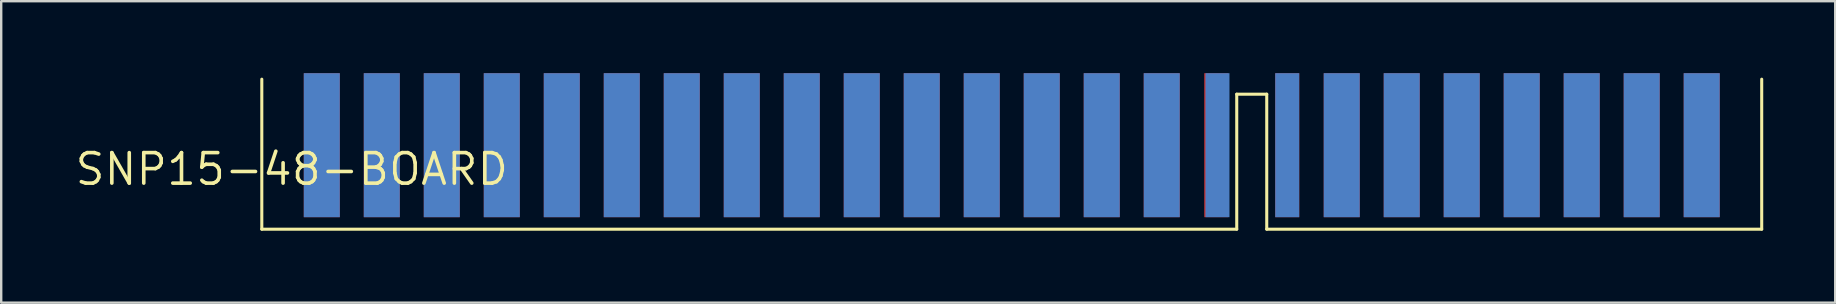
<source format=kicad_pcb>
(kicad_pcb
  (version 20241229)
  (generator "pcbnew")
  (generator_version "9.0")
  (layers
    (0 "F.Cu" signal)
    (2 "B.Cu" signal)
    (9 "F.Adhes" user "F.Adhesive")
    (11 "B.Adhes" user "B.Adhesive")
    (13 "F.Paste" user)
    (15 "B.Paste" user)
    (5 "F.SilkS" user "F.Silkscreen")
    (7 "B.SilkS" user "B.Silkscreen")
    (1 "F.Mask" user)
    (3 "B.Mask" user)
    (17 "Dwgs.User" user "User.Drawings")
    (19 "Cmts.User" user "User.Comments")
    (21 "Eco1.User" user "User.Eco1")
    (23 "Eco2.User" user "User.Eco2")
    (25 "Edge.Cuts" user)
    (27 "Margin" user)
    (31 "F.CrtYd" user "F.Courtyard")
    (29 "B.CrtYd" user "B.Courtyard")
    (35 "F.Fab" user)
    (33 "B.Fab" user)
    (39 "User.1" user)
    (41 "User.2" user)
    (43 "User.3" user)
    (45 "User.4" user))
  (footprint "SNP15-48-BOARD"
    (layer "F.Cu")
    (at 9.109 4)
    (property "Reference" "SNP15-48-BOARD" (at 0 0 0) (layer "F.SilkS") (effects (font (size 1.27 1.27) (thickness 0.15))))
    (fp_line (start -1.25 -3.75) (end -1.25 2.5) (stroke (width 0.127) (type solid)) (layer "F.SilkS"))
    (fp_line (start -1.25 2.5) (end 39.375 2.5) (stroke (width 0.127) (type solid)) (layer "F.SilkS"))
    (fp_line (start 39.375 -3.125) (end 40.625 -3.125) (stroke (width 0.127) (type solid)) (layer "F.SilkS"))
    (fp_line (start 39.375 2.5) (end 39.375 -3.125) (stroke (width 0.127) (type solid)) (layer "F.SilkS"))
    (fp_line (start 40.625 -3.125) (end 40.625 2.5) (stroke (width 0.127) (type solid)) (layer "F.SilkS"))
    (fp_line (start 40.625 2.5) (end 61.25 2.5) (stroke (width 0.127) (type solid)) (layer "F.SilkS"))
    (fp_line (start 61.25 2.5) (end 61.25 -3.75) (stroke (width 0.127) (type solid)) (layer "F.SilkS"))
    (pad "A1" smd rect (at 1.25 -1) (size 1.5 6) (layers "B.Cu" "B.Mask" "B.Paste"))
    (pad "A2" smd rect (at 3.75 -1) (size 1.5 6) (layers "B.Cu" "B.Mask" "B.Paste"))
    (pad "A3" smd rect (at 6.25 -1) (size 1.5 6) (layers "B.Cu" "B.Mask" "B.Paste"))
    (pad "A4" smd rect (at 8.75 -1) (size 1.5 6) (layers "B.Cu" "B.Mask" "B.Paste"))
    (pad "A5" smd rect (at 11.25 -1) (size 1.5 6) (layers "B.Cu" "B.Mask" "B.Paste"))
    (pad "A6" smd rect (at 13.75 -1) (size 1.5 6) (layers "B.Cu" "B.Mask" "B.Paste"))
    (pad "A7" smd rect (at 16.25 -1) (size 1.5 6) (layers "B.Cu" "B.Mask" "B.Paste"))
    (pad "A8" smd rect (at 18.75 -1) (size 1.5 6) (layers "B.Cu" "B.Mask" "B.Paste"))
    (pad "A9" smd rect (at 21.25 -1) (size 1.5 6) (layers "B.Cu" "B.Mask" "B.Paste"))
    (pad "A10" smd rect (at 23.75 -1) (size 1.5 6) (layers "B.Cu" "B.Mask" "B.Paste"))
    (pad "A11" smd rect (at 26.25 -1) (size 1.5 6) (layers "B.Cu" "B.Mask" "B.Paste"))
    (pad "A12" smd rect (at 28.75 -1) (size 1.5 6) (layers "B.Cu" "B.Mask" "B.Paste"))
    (pad "A13" smd rect (at 31.25 -1) (size 1.5 6) (layers "B.Cu" "B.Mask" "B.Paste"))
    (pad "A14" smd rect (at 33.75 -1) (size 1.5 6) (layers "B.Cu" "B.Mask" "B.Paste"))
    (pad "A15" smd rect (at 36.25 -1) (size 1.5 6) (layers "B.Cu" "B.Mask" "B.Paste"))
    (pad "A16" smd rect (at 38.572 -1) (size 1 6) (layers "B.Cu" "B.Mask" "B.Paste"))
    (pad "A17" smd rect (at 41.479 -1) (size 1 6) (layers "B.Cu" "B.Mask" "B.Paste"))
    (pad "A18" smd rect (at 43.75 -1) (size 1.5 6) (layers "B.Cu" "B.Mask" "B.Paste"))
    (pad "A19" smd rect (at 46.25 -1) (size 1.5 6) (layers "B.Cu" "B.Mask" "B.Paste"))
    (pad "A20" smd rect (at 48.75 -1) (size 1.5 6) (layers "B.Cu" "B.Mask" "B.Paste"))
    (pad "A21" smd rect (at 51.25 -1) (size 1.5 6) (layers "B.Cu" "B.Mask" "B.Paste"))
    (pad "A22" smd rect (at 53.75 -1) (size 1.5 6) (layers "B.Cu" "B.Mask" "B.Paste"))
    (pad "A23" smd rect (at 56.25 -1) (size 1.5 6) (layers "B.Cu" "B.Mask" "B.Paste"))
    (pad "A24" smd rect (at 58.75 -1) (size 1.5 6) (layers "B.Cu" "B.Mask" "B.Paste"))
    (pad "B1" smd rect (at 1.25 -1) (size 1.5 6) (layers "F.Cu" "F.Mask" "F.Paste"))
    (pad "B2" smd rect (at 3.75 -1) (size 1.5 6) (layers "F.Cu" "F.Mask" "F.Paste"))
    (pad "B3" smd rect (at 6.25 -1) (size 1.5 6) (layers "F.Cu" "F.Mask" "F.Paste"))
    (pad "B4" smd rect (at 8.75 -1) (size 1.5 6) (layers "F.Cu" "F.Mask" "F.Paste"))
    (pad "B5" smd rect (at 11.25 -1) (size 1.5 6) (layers "F.Cu" "F.Mask" "F.Paste"))
    (pad "B6" smd rect (at 13.75 -1) (size 1.5 6) (layers "F.Cu" "F.Mask" "F.Paste"))
    (pad "B7" smd rect (at 16.25 -1) (size 1.5 6) (layers "F.Cu" "F.Mask" "F.Paste"))
    (pad "B8" smd rect (at 18.75 -1) (size 1.5 6) (layers "F.Cu" "F.Mask" "F.Paste"))
    (pad "B9" smd rect (at 21.25 -1) (size 1.5 6) (layers "F.Cu" "F.Mask" "F.Paste"))
    (pad "B10" smd rect (at 23.75 -1) (size 1.5 6) (layers "F.Cu" "F.Mask" "F.Paste"))
    (pad "B11" smd rect (at 26.25 -1) (size 1.5 6) (layers "F.Cu" "F.Mask" "F.Paste"))
    (pad "B12" smd rect (at 28.75 -1) (size 1.5 6) (layers "F.Cu" "F.Mask" "F.Paste"))
    (pad "B13" smd rect (at 31.25 -1) (size 1.5 6) (layers "F.Cu" "F.Mask" "F.Paste"))
    (pad "B14" smd rect (at 33.75 -1) (size 1.5 6) (layers "F.Cu" "F.Mask" "F.Paste"))
    (pad "B15" smd rect (at 36.25 -1) (size 1.5 6) (layers "F.Cu" "F.Mask" "F.Paste"))
    (pad "B16" smd rect (at 38.521 -1) (size 1 6) (layers "F.Cu" "F.Mask" "F.Paste"))
    (pad "B17" smd rect (at 41.479 -1) (size 1 6) (layers "F.Cu" "F.Mask" "F.Paste"))
    (pad "B18" smd rect (at 43.75 -1) (size 1.5 6) (layers "F.Cu" "F.Mask" "F.Paste"))
    (pad "B19" smd rect (at 46.25 -1) (size 1.5 6) (layers "F.Cu" "F.Mask" "F.Paste"))
    (pad "B20" smd rect (at 48.75 -1) (size 1.5 6) (layers "F.Cu" "F.Mask" "F.Paste"))
    (pad "B21" smd rect (at 51.25 -1) (size 1.5 6) (layers "F.Cu" "F.Mask" "F.Paste"))
    (pad "B22" smd rect (at 53.75 -1) (size 1.5 6) (layers "F.Cu" "F.Mask" "F.Paste"))
    (pad "B23" smd rect (at 56.25 -1) (size 1.5 6) (layers "F.Cu" "F.Mask" "F.Paste"))
    (pad "B24" smd rect (at 58.75 -1) (size 1.5 6) (layers "F.Cu" "F.Mask" "F.Paste")))
  (gr_rect
    (start -3 -3)
    (end 73.422 9.563)
    (stroke (width 0.1) (type default))
    (fill no)
    (layer "Edge.Cuts")))
</source>
